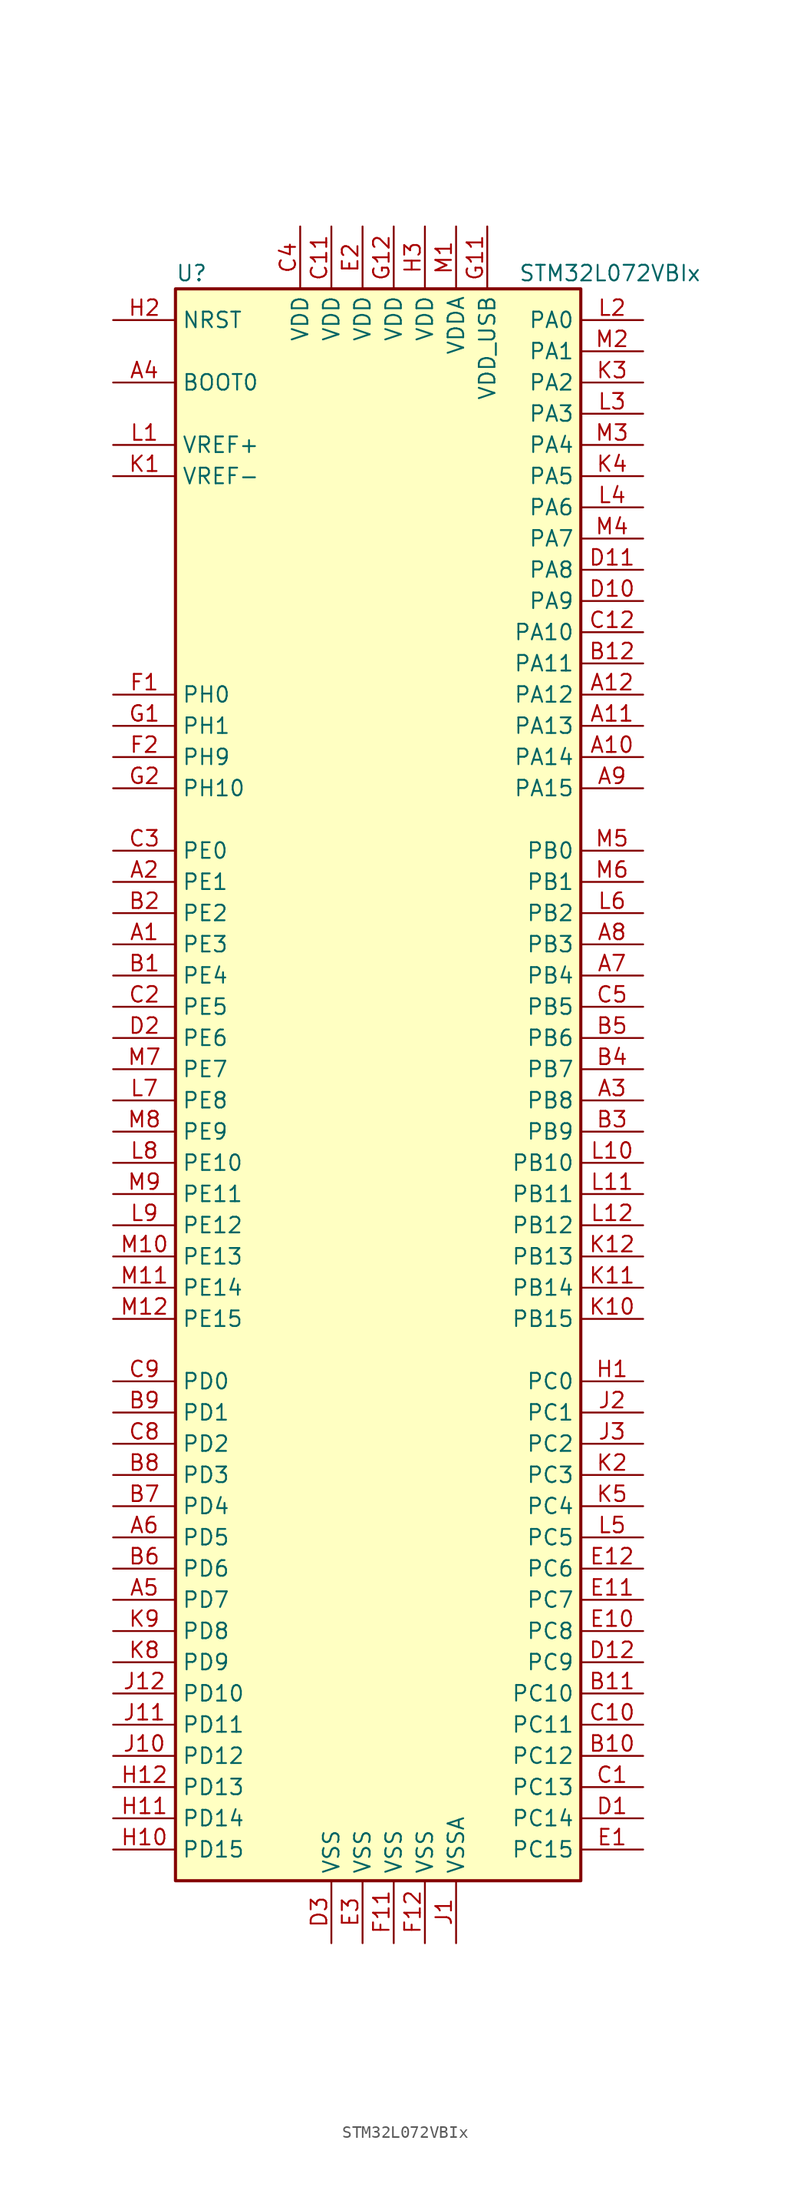
<source format=kicad_sym>
(kicad_symbol_lib
  (version 20201005)
  (generator kicad_symbol_editor)
  (symbol "MCU_ST_STM32L0:STM32L072VBIx"
    (property "Reference" "U"
      (at -17.78 64.77 0)
      (effects (font (size 1.27 1.27)) (justify left)))
    (property "Value" "STM32L072VBIx"
      (at 10.16 64.77 0)
      (effects (font (size 1.27 1.27)) (justify left)))
    (symbol "STM32L072VBIx_0_1"
      (rectangle (start -17.78 -66.04) (end 15.24 63.5) (stroke (width 0.254)) (fill (type background))))
    (symbol "STM32L072VBIx_1_1"
      (pin input line (at -22.86 55.88 0) (length 5.08) (name "BOOT0" (effects (font (size 1.27 1.27)))) (number "A4" (effects (font (size 1.27 1.27)))))
      (pin input line (at -22.86 60.96 0) (length 5.08) (name "NRST" (effects (font (size 1.27 1.27)))) (number "H2" (effects (font (size 1.27 1.27)))))
      (pin bidirectional line (at 20.32 60.96 180) (length 5.08) (name "PA0" (effects (font (size 1.27 1.27)))) (number "L2" (effects (font (size 1.27 1.27)))))
      (pin bidirectional line (at 20.32 58.42 180) (length 5.08) (name "PA1" (effects (font (size 1.27 1.27)))) (number "M2" (effects (font (size 1.27 1.27)))))
      (pin bidirectional line (at 20.32 35.56 180) (length 5.08) (name "PA10" (effects (font (size 1.27 1.27)))) (number "C12" (effects (font (size 1.27 1.27)))))
      (pin bidirectional line (at 20.32 33.02 180) (length 5.08) (name "PA11" (effects (font (size 1.27 1.27)))) (number "B12" (effects (font (size 1.27 1.27)))))
      (pin bidirectional line (at 20.32 30.48 180) (length 5.08) (name "PA12" (effects (font (size 1.27 1.27)))) (number "A12" (effects (font (size 1.27 1.27)))))
      (pin bidirectional line (at 20.32 27.94 180) (length 5.08) (name "PA13" (effects (font (size 1.27 1.27)))) (number "A11" (effects (font (size 1.27 1.27)))))
      (pin bidirectional line (at 20.32 25.4 180) (length 5.08) (name "PA14" (effects (font (size 1.27 1.27)))) (number "A10" (effects (font (size 1.27 1.27)))))
      (pin bidirectional line (at 20.32 22.86 180) (length 5.08) (name "PA15" (effects (font (size 1.27 1.27)))) (number "A9" (effects (font (size 1.27 1.27)))))
      (pin bidirectional line (at 20.32 55.88 180) (length 5.08) (name "PA2" (effects (font (size 1.27 1.27)))) (number "K3" (effects (font (size 1.27 1.27)))))
      (pin bidirectional line (at 20.32 53.34 180) (length 5.08) (name "PA3" (effects (font (size 1.27 1.27)))) (number "L3" (effects (font (size 1.27 1.27)))))
      (pin bidirectional line (at 20.32 50.8 180) (length 5.08) (name "PA4" (effects (font (size 1.27 1.27)))) (number "M3" (effects (font (size 1.27 1.27)))))
      (pin bidirectional line (at 20.32 48.26 180) (length 5.08) (name "PA5" (effects (font (size 1.27 1.27)))) (number "K4" (effects (font (size 1.27 1.27)))))
      (pin bidirectional line (at 20.32 45.72 180) (length 5.08) (name "PA6" (effects (font (size 1.27 1.27)))) (number "L4" (effects (font (size 1.27 1.27)))))
      (pin bidirectional line (at 20.32 43.18 180) (length 5.08) (name "PA7" (effects (font (size 1.27 1.27)))) (number "M4" (effects (font (size 1.27 1.27)))))
      (pin bidirectional line (at 20.32 40.64 180) (length 5.08) (name "PA8" (effects (font (size 1.27 1.27)))) (number "D11" (effects (font (size 1.27 1.27)))))
      (pin bidirectional line (at 20.32 38.1 180) (length 5.08) (name "PA9" (effects (font (size 1.27 1.27)))) (number "D10" (effects (font (size 1.27 1.27)))))
      (pin bidirectional line (at 20.32 17.78 180) (length 5.08) (name "PB0" (effects (font (size 1.27 1.27)))) (number "M5" (effects (font (size 1.27 1.27)))))
      (pin bidirectional line (at 20.32 15.24 180) (length 5.08) (name "PB1" (effects (font (size 1.27 1.27)))) (number "M6" (effects (font (size 1.27 1.27)))))
      (pin bidirectional line (at 20.32 -7.62 180) (length 5.08) (name "PB10" (effects (font (size 1.27 1.27)))) (number "L10" (effects (font (size 1.27 1.27)))))
      (pin bidirectional line (at 20.32 -10.16 180) (length 5.08) (name "PB11" (effects (font (size 1.27 1.27)))) (number "L11" (effects (font (size 1.27 1.27)))))
      (pin bidirectional line (at 20.32 -12.7 180) (length 5.08) (name "PB12" (effects (font (size 1.27 1.27)))) (number "L12" (effects (font (size 1.27 1.27)))))
      (pin bidirectional line (at 20.32 -15.24 180) (length 5.08) (name "PB13" (effects (font (size 1.27 1.27)))) (number "K12" (effects (font (size 1.27 1.27)))))
      (pin bidirectional line (at 20.32 -17.78 180) (length 5.08) (name "PB14" (effects (font (size 1.27 1.27)))) (number "K11" (effects (font (size 1.27 1.27)))))
      (pin bidirectional line (at 20.32 -20.32 180) (length 5.08) (name "PB15" (effects (font (size 1.27 1.27)))) (number "K10" (effects (font (size 1.27 1.27)))))
      (pin bidirectional line (at 20.32 12.7 180) (length 5.08) (name "PB2" (effects (font (size 1.27 1.27)))) (number "L6" (effects (font (size 1.27 1.27)))))
      (pin bidirectional line (at 20.32 10.16 180) (length 5.08) (name "PB3" (effects (font (size 1.27 1.27)))) (number "A8" (effects (font (size 1.27 1.27)))))
      (pin bidirectional line (at 20.32 7.62 180) (length 5.08) (name "PB4" (effects (font (size 1.27 1.27)))) (number "A7" (effects (font (size 1.27 1.27)))))
      (pin bidirectional line (at 20.32 5.08 180) (length 5.08) (name "PB5" (effects (font (size 1.27 1.27)))) (number "C5" (effects (font (size 1.27 1.27)))))
      (pin bidirectional line (at 20.32 2.54 180) (length 5.08) (name "PB6" (effects (font (size 1.27 1.27)))) (number "B5" (effects (font (size 1.27 1.27)))))
      (pin bidirectional line (at 20.32 0 180) (length 5.08) (name "PB7" (effects (font (size 1.27 1.27)))) (number "B4" (effects (font (size 1.27 1.27)))))
      (pin bidirectional line (at 20.32 -2.54 180) (length 5.08) (name "PB8" (effects (font (size 1.27 1.27)))) (number "A3" (effects (font (size 1.27 1.27)))))
      (pin bidirectional line (at 20.32 -5.08 180) (length 5.08) (name "PB9" (effects (font (size 1.27 1.27)))) (number "B3" (effects (font (size 1.27 1.27)))))
      (pin bidirectional line (at 20.32 -25.4 180) (length 5.08) (name "PC0" (effects (font (size 1.27 1.27)))) (number "H1" (effects (font (size 1.27 1.27)))))
      (pin bidirectional line (at 20.32 -27.94 180) (length 5.08) (name "PC1" (effects (font (size 1.27 1.27)))) (number "J2" (effects (font (size 1.27 1.27)))))
      (pin bidirectional line (at 20.32 -50.8 180) (length 5.08) (name "PC10" (effects (font (size 1.27 1.27)))) (number "B11" (effects (font (size 1.27 1.27)))))
      (pin bidirectional line (at 20.32 -53.34 180) (length 5.08) (name "PC11" (effects (font (size 1.27 1.27)))) (number "C10" (effects (font (size 1.27 1.27)))))
      (pin bidirectional line (at 20.32 -55.88 180) (length 5.08) (name "PC12" (effects (font (size 1.27 1.27)))) (number "B10" (effects (font (size 1.27 1.27)))))
      (pin bidirectional line (at 20.32 -58.42 180) (length 5.08) (name "PC13" (effects (font (size 1.27 1.27)))) (number "C1" (effects (font (size 1.27 1.27)))))
      (pin bidirectional line (at 20.32 -60.96 180) (length 5.08) (name "PC14" (effects (font (size 1.27 1.27)))) (number "D1" (effects (font (size 1.27 1.27)))))
      (pin bidirectional line (at 20.32 -63.5 180) (length 5.08) (name "PC15" (effects (font (size 1.27 1.27)))) (number "E1" (effects (font (size 1.27 1.27)))))
      (pin bidirectional line (at 20.32 -30.48 180) (length 5.08) (name "PC2" (effects (font (size 1.27 1.27)))) (number "J3" (effects (font (size 1.27 1.27)))))
      (pin bidirectional line (at 20.32 -33.02 180) (length 5.08) (name "PC3" (effects (font (size 1.27 1.27)))) (number "K2" (effects (font (size 1.27 1.27)))))
      (pin bidirectional line (at 20.32 -35.56 180) (length 5.08) (name "PC4" (effects (font (size 1.27 1.27)))) (number "K5" (effects (font (size 1.27 1.27)))))
      (pin bidirectional line (at 20.32 -38.1 180) (length 5.08) (name "PC5" (effects (font (size 1.27 1.27)))) (number "L5" (effects (font (size 1.27 1.27)))))
      (pin bidirectional line (at 20.32 -40.64 180) (length 5.08) (name "PC6" (effects (font (size 1.27 1.27)))) (number "E12" (effects (font (size 1.27 1.27)))))
      (pin bidirectional line (at 20.32 -43.18 180) (length 5.08) (name "PC7" (effects (font (size 1.27 1.27)))) (number "E11" (effects (font (size 1.27 1.27)))))
      (pin bidirectional line (at 20.32 -45.72 180) (length 5.08) (name "PC8" (effects (font (size 1.27 1.27)))) (number "E10" (effects (font (size 1.27 1.27)))))
      (pin bidirectional line (at 20.32 -48.26 180) (length 5.08) (name "PC9" (effects (font (size 1.27 1.27)))) (number "D12" (effects (font (size 1.27 1.27)))))
      (pin bidirectional line (at -22.86 -25.4 0) (length 5.08) (name "PD0" (effects (font (size 1.27 1.27)))) (number "C9" (effects (font (size 1.27 1.27)))))
      (pin bidirectional line (at -22.86 -27.94 0) (length 5.08) (name "PD1" (effects (font (size 1.27 1.27)))) (number "B9" (effects (font (size 1.27 1.27)))))
      (pin bidirectional line (at -22.86 -50.8 0) (length 5.08) (name "PD10" (effects (font (size 1.27 1.27)))) (number "J12" (effects (font (size 1.27 1.27)))))
      (pin bidirectional line (at -22.86 -53.34 0) (length 5.08) (name "PD11" (effects (font (size 1.27 1.27)))) (number "J11" (effects (font (size 1.27 1.27)))))
      (pin bidirectional line (at -22.86 -55.88 0) (length 5.08) (name "PD12" (effects (font (size 1.27 1.27)))) (number "J10" (effects (font (size 1.27 1.27)))))
      (pin bidirectional line (at -22.86 -58.42 0) (length 5.08) (name "PD13" (effects (font (size 1.27 1.27)))) (number "H12" (effects (font (size 1.27 1.27)))))
      (pin bidirectional line (at -22.86 -60.96 0) (length 5.08) (name "PD14" (effects (font (size 1.27 1.27)))) (number "H11" (effects (font (size 1.27 1.27)))))
      (pin bidirectional line (at -22.86 -63.5 0) (length 5.08) (name "PD15" (effects (font (size 1.27 1.27)))) (number "H10" (effects (font (size 1.27 1.27)))))
      (pin bidirectional line (at -22.86 -30.48 0) (length 5.08) (name "PD2" (effects (font (size 1.27 1.27)))) (number "C8" (effects (font (size 1.27 1.27)))))
      (pin bidirectional line (at -22.86 -33.02 0) (length 5.08) (name "PD3" (effects (font (size 1.27 1.27)))) (number "B8" (effects (font (size 1.27 1.27)))))
      (pin bidirectional line (at -22.86 -35.56 0) (length 5.08) (name "PD4" (effects (font (size 1.27 1.27)))) (number "B7" (effects (font (size 1.27 1.27)))))
      (pin bidirectional line (at -22.86 -38.1 0) (length 5.08) (name "PD5" (effects (font (size 1.27 1.27)))) (number "A6" (effects (font (size 1.27 1.27)))))
      (pin bidirectional line (at -22.86 -40.64 0) (length 5.08) (name "PD6" (effects (font (size 1.27 1.27)))) (number "B6" (effects (font (size 1.27 1.27)))))
      (pin bidirectional line (at -22.86 -43.18 0) (length 5.08) (name "PD7" (effects (font (size 1.27 1.27)))) (number "A5" (effects (font (size 1.27 1.27)))))
      (pin bidirectional line (at -22.86 -45.72 0) (length 5.08) (name "PD8" (effects (font (size 1.27 1.27)))) (number "K9" (effects (font (size 1.27 1.27)))))
      (pin bidirectional line (at -22.86 -48.26 0) (length 5.08) (name "PD9" (effects (font (size 1.27 1.27)))) (number "K8" (effects (font (size 1.27 1.27)))))
      (pin bidirectional line (at -22.86 17.78 0) (length 5.08) (name "PE0" (effects (font (size 1.27 1.27)))) (number "C3" (effects (font (size 1.27 1.27)))))
      (pin bidirectional line (at -22.86 15.24 0) (length 5.08) (name "PE1" (effects (font (size 1.27 1.27)))) (number "A2" (effects (font (size 1.27 1.27)))))
      (pin bidirectional line (at -22.86 -7.62 0) (length 5.08) (name "PE10" (effects (font (size 1.27 1.27)))) (number "L8" (effects (font (size 1.27 1.27)))))
      (pin bidirectional line (at -22.86 -10.16 0) (length 5.08) (name "PE11" (effects (font (size 1.27 1.27)))) (number "M9" (effects (font (size 1.27 1.27)))))
      (pin bidirectional line (at -22.86 -12.7 0) (length 5.08) (name "PE12" (effects (font (size 1.27 1.27)))) (number "L9" (effects (font (size 1.27 1.27)))))
      (pin bidirectional line (at -22.86 -15.24 0) (length 5.08) (name "PE13" (effects (font (size 1.27 1.27)))) (number "M10" (effects (font (size 1.27 1.27)))))
      (pin bidirectional line (at -22.86 -17.78 0) (length 5.08) (name "PE14" (effects (font (size 1.27 1.27)))) (number "M11" (effects (font (size 1.27 1.27)))))
      (pin bidirectional line (at -22.86 -20.32 0) (length 5.08) (name "PE15" (effects (font (size 1.27 1.27)))) (number "M12" (effects (font (size 1.27 1.27)))))
      (pin bidirectional line (at -22.86 12.7 0) (length 5.08) (name "PE2" (effects (font (size 1.27 1.27)))) (number "B2" (effects (font (size 1.27 1.27)))))
      (pin bidirectional line (at -22.86 10.16 0) (length 5.08) (name "PE3" (effects (font (size 1.27 1.27)))) (number "A1" (effects (font (size 1.27 1.27)))))
      (pin bidirectional line (at -22.86 7.62 0) (length 5.08) (name "PE4" (effects (font (size 1.27 1.27)))) (number "B1" (effects (font (size 1.27 1.27)))))
      (pin bidirectional line (at -22.86 5.08 0) (length 5.08) (name "PE5" (effects (font (size 1.27 1.27)))) (number "C2" (effects (font (size 1.27 1.27)))))
      (pin bidirectional line (at -22.86 2.54 0) (length 5.08) (name "PE6" (effects (font (size 1.27 1.27)))) (number "D2" (effects (font (size 1.27 1.27)))))
      (pin bidirectional line (at -22.86 0 0) (length 5.08) (name "PE7" (effects (font (size 1.27 1.27)))) (number "M7" (effects (font (size 1.27 1.27)))))
      (pin bidirectional line (at -22.86 -2.54 0) (length 5.08) (name "PE8" (effects (font (size 1.27 1.27)))) (number "L7" (effects (font (size 1.27 1.27)))))
      (pin bidirectional line (at -22.86 -5.08 0) (length 5.08) (name "PE9" (effects (font (size 1.27 1.27)))) (number "M8" (effects (font (size 1.27 1.27)))))
      (pin input line (at -22.86 30.48 0) (length 5.08) (name "PH0" (effects (font (size 1.27 1.27)))) (number "F1" (effects (font (size 1.27 1.27)))))
      (pin input line (at -22.86 27.94 0) (length 5.08) (name "PH1" (effects (font (size 1.27 1.27)))) (number "G1" (effects (font (size 1.27 1.27)))))
      (pin bidirectional line (at -22.86 22.86 0) (length 5.08) (name "PH10" (effects (font (size 1.27 1.27)))) (number "G2" (effects (font (size 1.27 1.27)))))
      (pin bidirectional line (at -22.86 25.4 0) (length 5.08) (name "PH9" (effects (font (size 1.27 1.27)))) (number "F2" (effects (font (size 1.27 1.27)))))
      (pin power_in line (at -5.08 68.58 270) (length 5.08) (name "VDD" (effects (font (size 1.27 1.27)))) (number "C11" (effects (font (size 1.27 1.27)))))
      (pin power_in line (at -7.62 68.58 270) (length 5.08) (name "VDD" (effects (font (size 1.27 1.27)))) (number "C4" (effects (font (size 1.27 1.27)))))
      (pin power_in line (at -2.54 68.58 270) (length 5.08) (name "VDD" (effects (font (size 1.27 1.27)))) (number "E2" (effects (font (size 1.27 1.27)))))
      (pin power_in line (at 0 68.58 270) (length 5.08) (name "VDD" (effects (font (size 1.27 1.27)))) (number "G12" (effects (font (size 1.27 1.27)))))
      (pin power_in line (at 2.54 68.58 270) (length 5.08) (name "VDD" (effects (font (size 1.27 1.27)))) (number "H3" (effects (font (size 1.27 1.27)))))
      (pin power_in line (at 5.08 68.58 270) (length 5.08) (name "VDDA" (effects (font (size 1.27 1.27)))) (number "M1" (effects (font (size 1.27 1.27)))))
      (pin power_in line (at 7.62 68.58 270) (length 5.08) (name "VDD_USB" (effects (font (size 1.27 1.27)))) (number "G11" (effects (font (size 1.27 1.27)))))
      (pin power_in line (at -22.86 50.8 0) (length 5.08) (name "VREF+" (effects (font (size 1.27 1.27)))) (number "L1" (effects (font (size 1.27 1.27)))))
      (pin power_in line (at -22.86 48.26 0) (length 5.08) (name "VREF-" (effects (font (size 1.27 1.27)))) (number "K1" (effects (font (size 1.27 1.27)))))
      (pin power_in line (at -5.08 -71.12 90) (length 5.08) (name "VSS" (effects (font (size 1.27 1.27)))) (number "D3" (effects (font (size 1.27 1.27)))))
      (pin power_in line (at -2.54 -71.12 90) (length 5.08) (name "VSS" (effects (font (size 1.27 1.27)))) (number "E3" (effects (font (size 1.27 1.27)))))
      (pin power_in line (at 0 -71.12 90) (length 5.08) (name "VSS" (effects (font (size 1.27 1.27)))) (number "F11" (effects (font (size 1.27 1.27)))))
      (pin power_in line (at 2.54 -71.12 90) (length 5.08) (name "VSS" (effects (font (size 1.27 1.27)))) (number "F12" (effects (font (size 1.27 1.27)))))
      (pin power_in line (at 5.08 -71.12 90) (length 5.08) (name "VSSA" (effects (font (size 1.27 1.27)))) (number "J1" (effects (font (size 1.27 1.27))))))))
</source>
